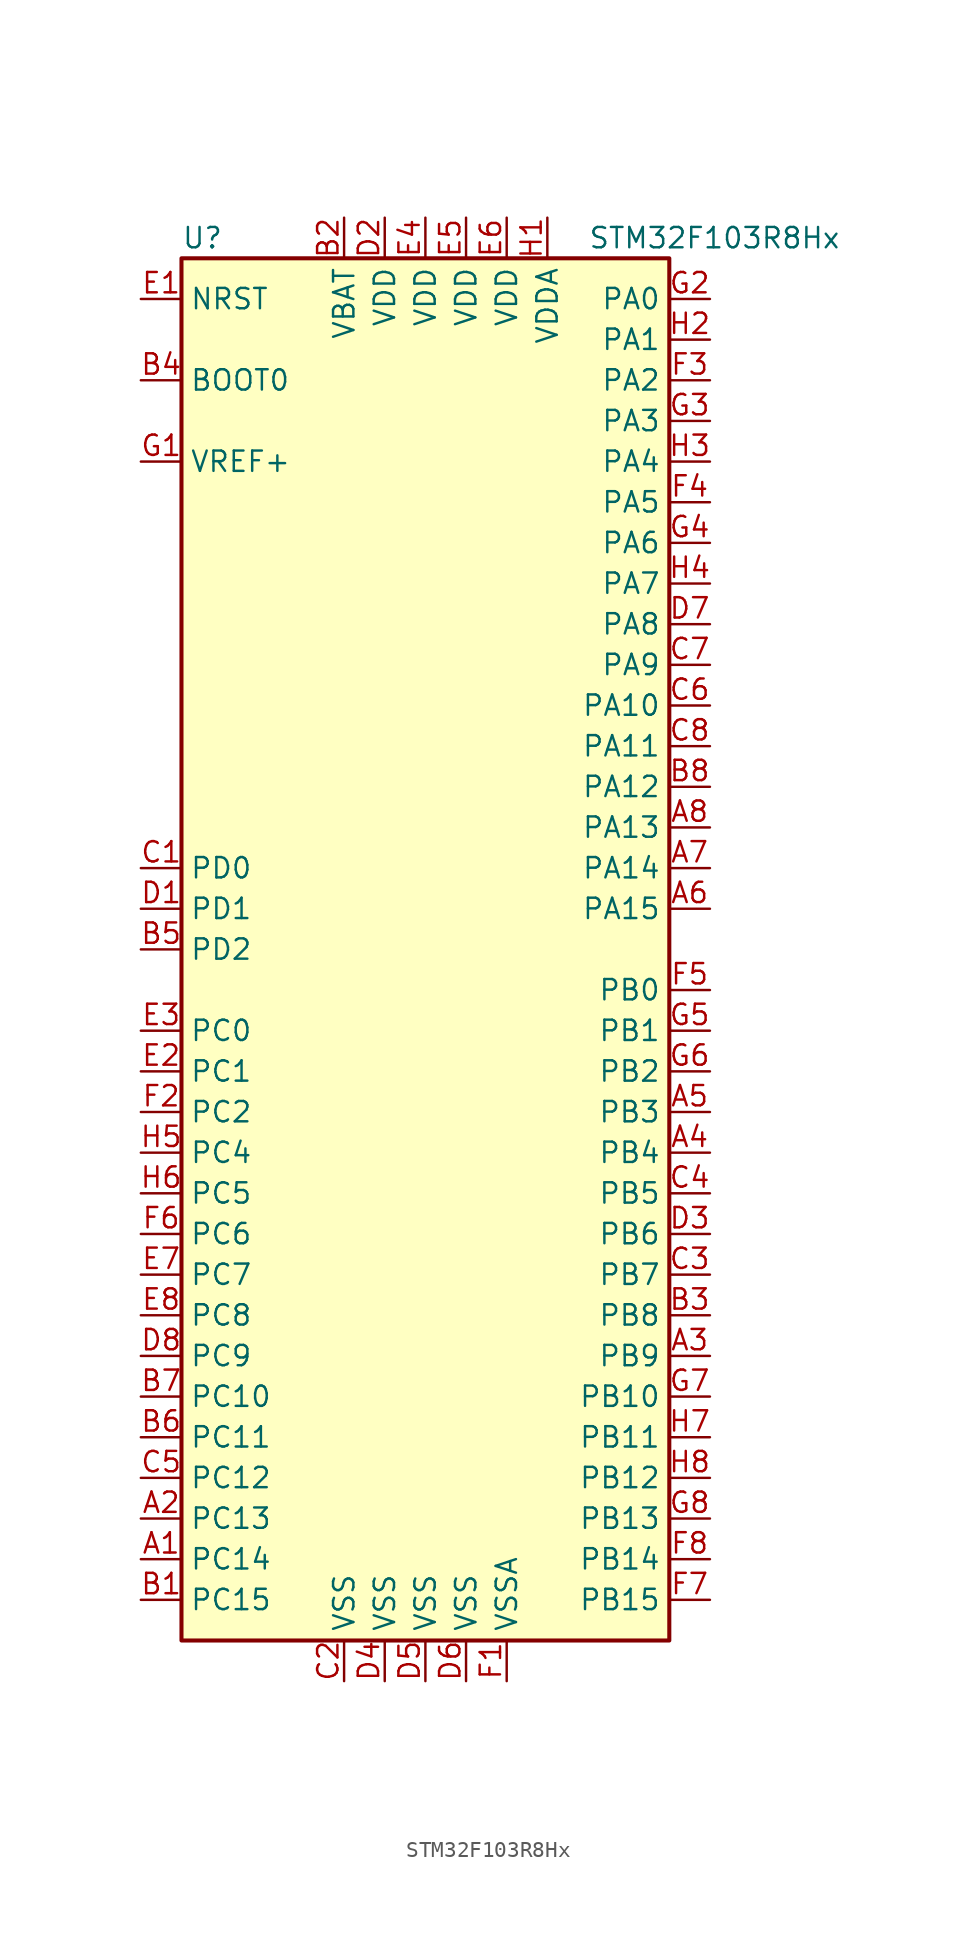
<source format=kicad_sym>
(kicad_symbol_lib
  (version 20201005)
  (generator kicad_symbol_editor)
  (symbol "MCU_ST_STM32F1:STM32F103R8Hx"
    (property "Reference" "U"
      (at -15.24 44.45 0)
      (effects (font (size 1.27 1.27)) (justify left)))
    (property "Value" "STM32F103R8Hx"
      (at 10.16 44.45 0)
      (effects (font (size 1.27 1.27)) (justify left)))
    (symbol "STM32F103R8Hx_0_1"
      (rectangle (start -15.24 -43.18) (end 15.24 43.18) (stroke (width 0.254)) (fill (type background))))
    (symbol "STM32F103R8Hx_1_1"
      (pin input line (at -17.78 35.56 0) (length 2.54) (name "BOOT0" (effects (font (size 1.27 1.27)))) (number "B4" (effects (font (size 1.27 1.27)))))
      (pin input line (at -17.78 40.64 0) (length 2.54) (name "NRST" (effects (font (size 1.27 1.27)))) (number "E1" (effects (font (size 1.27 1.27)))))
      (pin bidirectional line (at 17.78 40.64 180) (length 2.54) (name "PA0" (effects (font (size 1.27 1.27)))) (number "G2" (effects (font (size 1.27 1.27)))))
      (pin bidirectional line (at 17.78 38.1 180) (length 2.54) (name "PA1" (effects (font (size 1.27 1.27)))) (number "H2" (effects (font (size 1.27 1.27)))))
      (pin bidirectional line (at 17.78 15.24 180) (length 2.54) (name "PA10" (effects (font (size 1.27 1.27)))) (number "C6" (effects (font (size 1.27 1.27)))))
      (pin bidirectional line (at 17.78 12.7 180) (length 2.54) (name "PA11" (effects (font (size 1.27 1.27)))) (number "C8" (effects (font (size 1.27 1.27)))))
      (pin bidirectional line (at 17.78 10.16 180) (length 2.54) (name "PA12" (effects (font (size 1.27 1.27)))) (number "B8" (effects (font (size 1.27 1.27)))))
      (pin bidirectional line (at 17.78 7.62 180) (length 2.54) (name "PA13" (effects (font (size 1.27 1.27)))) (number "A8" (effects (font (size 1.27 1.27)))))
      (pin bidirectional line (at 17.78 5.08 180) (length 2.54) (name "PA14" (effects (font (size 1.27 1.27)))) (number "A7" (effects (font (size 1.27 1.27)))))
      (pin bidirectional line (at 17.78 2.54 180) (length 2.54) (name "PA15" (effects (font (size 1.27 1.27)))) (number "A6" (effects (font (size 1.27 1.27)))))
      (pin bidirectional line (at 17.78 35.56 180) (length 2.54) (name "PA2" (effects (font (size 1.27 1.27)))) (number "F3" (effects (font (size 1.27 1.27)))))
      (pin bidirectional line (at 17.78 33.02 180) (length 2.54) (name "PA3" (effects (font (size 1.27 1.27)))) (number "G3" (effects (font (size 1.27 1.27)))))
      (pin bidirectional line (at 17.78 30.48 180) (length 2.54) (name "PA4" (effects (font (size 1.27 1.27)))) (number "H3" (effects (font (size 1.27 1.27)))))
      (pin bidirectional line (at 17.78 27.94 180) (length 2.54) (name "PA5" (effects (font (size 1.27 1.27)))) (number "F4" (effects (font (size 1.27 1.27)))))
      (pin bidirectional line (at 17.78 25.4 180) (length 2.54) (name "PA6" (effects (font (size 1.27 1.27)))) (number "G4" (effects (font (size 1.27 1.27)))))
      (pin bidirectional line (at 17.78 22.86 180) (length 2.54) (name "PA7" (effects (font (size 1.27 1.27)))) (number "H4" (effects (font (size 1.27 1.27)))))
      (pin bidirectional line (at 17.78 20.32 180) (length 2.54) (name "PA8" (effects (font (size 1.27 1.27)))) (number "D7" (effects (font (size 1.27 1.27)))))
      (pin bidirectional line (at 17.78 17.78 180) (length 2.54) (name "PA9" (effects (font (size 1.27 1.27)))) (number "C7" (effects (font (size 1.27 1.27)))))
      (pin bidirectional line (at 17.78 -2.54 180) (length 2.54) (name "PB0" (effects (font (size 1.27 1.27)))) (number "F5" (effects (font (size 1.27 1.27)))))
      (pin bidirectional line (at 17.78 -5.08 180) (length 2.54) (name "PB1" (effects (font (size 1.27 1.27)))) (number "G5" (effects (font (size 1.27 1.27)))))
      (pin bidirectional line (at 17.78 -27.94 180) (length 2.54) (name "PB10" (effects (font (size 1.27 1.27)))) (number "G7" (effects (font (size 1.27 1.27)))))
      (pin bidirectional line (at 17.78 -30.48 180) (length 2.54) (name "PB11" (effects (font (size 1.27 1.27)))) (number "H7" (effects (font (size 1.27 1.27)))))
      (pin bidirectional line (at 17.78 -33.02 180) (length 2.54) (name "PB12" (effects (font (size 1.27 1.27)))) (number "H8" (effects (font (size 1.27 1.27)))))
      (pin bidirectional line (at 17.78 -35.56 180) (length 2.54) (name "PB13" (effects (font (size 1.27 1.27)))) (number "G8" (effects (font (size 1.27 1.27)))))
      (pin bidirectional line (at 17.78 -38.1 180) (length 2.54) (name "PB14" (effects (font (size 1.27 1.27)))) (number "F8" (effects (font (size 1.27 1.27)))))
      (pin bidirectional line (at 17.78 -40.64 180) (length 2.54) (name "PB15" (effects (font (size 1.27 1.27)))) (number "F7" (effects (font (size 1.27 1.27)))))
      (pin bidirectional line (at 17.78 -7.62 180) (length 2.54) (name "PB2" (effects (font (size 1.27 1.27)))) (number "G6" (effects (font (size 1.27 1.27)))))
      (pin bidirectional line (at 17.78 -10.16 180) (length 2.54) (name "PB3" (effects (font (size 1.27 1.27)))) (number "A5" (effects (font (size 1.27 1.27)))))
      (pin bidirectional line (at 17.78 -12.7 180) (length 2.54) (name "PB4" (effects (font (size 1.27 1.27)))) (number "A4" (effects (font (size 1.27 1.27)))))
      (pin bidirectional line (at 17.78 -15.24 180) (length 2.54) (name "PB5" (effects (font (size 1.27 1.27)))) (number "C4" (effects (font (size 1.27 1.27)))))
      (pin bidirectional line (at 17.78 -17.78 180) (length 2.54) (name "PB6" (effects (font (size 1.27 1.27)))) (number "D3" (effects (font (size 1.27 1.27)))))
      (pin bidirectional line (at 17.78 -20.32 180) (length 2.54) (name "PB7" (effects (font (size 1.27 1.27)))) (number "C3" (effects (font (size 1.27 1.27)))))
      (pin bidirectional line (at 17.78 -22.86 180) (length 2.54) (name "PB8" (effects (font (size 1.27 1.27)))) (number "B3" (effects (font (size 1.27 1.27)))))
      (pin bidirectional line (at 17.78 -25.4 180) (length 2.54) (name "PB9" (effects (font (size 1.27 1.27)))) (number "A3" (effects (font (size 1.27 1.27)))))
      (pin bidirectional line (at -17.78 -5.08 0) (length 2.54) (name "PC0" (effects (font (size 1.27 1.27)))) (number "E3" (effects (font (size 1.27 1.27)))))
      (pin bidirectional line (at -17.78 -7.62 0) (length 2.54) (name "PC1" (effects (font (size 1.27 1.27)))) (number "E2" (effects (font (size 1.27 1.27)))))
      (pin bidirectional line (at -17.78 -27.94 0) (length 2.54) (name "PC10" (effects (font (size 1.27 1.27)))) (number "B7" (effects (font (size 1.27 1.27)))))
      (pin bidirectional line (at -17.78 -30.48 0) (length 2.54) (name "PC11" (effects (font (size 1.27 1.27)))) (number "B6" (effects (font (size 1.27 1.27)))))
      (pin bidirectional line (at -17.78 -33.02 0) (length 2.54) (name "PC12" (effects (font (size 1.27 1.27)))) (number "C5" (effects (font (size 1.27 1.27)))))
      (pin bidirectional line (at -17.78 -35.56 0) (length 2.54) (name "PC13" (effects (font (size 1.27 1.27)))) (number "A2" (effects (font (size 1.27 1.27)))))
      (pin bidirectional line (at -17.78 -38.1 0) (length 2.54) (name "PC14" (effects (font (size 1.27 1.27)))) (number "A1" (effects (font (size 1.27 1.27)))))
      (pin bidirectional line (at -17.78 -40.64 0) (length 2.54) (name "PC15" (effects (font (size 1.27 1.27)))) (number "B1" (effects (font (size 1.27 1.27)))))
      (pin bidirectional line (at -17.78 -10.16 0) (length 2.54) (name "PC2" (effects (font (size 1.27 1.27)))) (number "F2" (effects (font (size 1.27 1.27)))))
      (pin bidirectional line (at -17.78 -12.7 0) (length 2.54) (name "PC4" (effects (font (size 1.27 1.27)))) (number "H5" (effects (font (size 1.27 1.27)))))
      (pin bidirectional line (at -17.78 -15.24 0) (length 2.54) (name "PC5" (effects (font (size 1.27 1.27)))) (number "H6" (effects (font (size 1.27 1.27)))))
      (pin bidirectional line (at -17.78 -17.78 0) (length 2.54) (name "PC6" (effects (font (size 1.27 1.27)))) (number "F6" (effects (font (size 1.27 1.27)))))
      (pin bidirectional line (at -17.78 -20.32 0) (length 2.54) (name "PC7" (effects (font (size 1.27 1.27)))) (number "E7" (effects (font (size 1.27 1.27)))))
      (pin bidirectional line (at -17.78 -22.86 0) (length 2.54) (name "PC8" (effects (font (size 1.27 1.27)))) (number "E8" (effects (font (size 1.27 1.27)))))
      (pin bidirectional line (at -17.78 -25.4 0) (length 2.54) (name "PC9" (effects (font (size 1.27 1.27)))) (number "D8" (effects (font (size 1.27 1.27)))))
      (pin input line (at -17.78 5.08 0) (length 2.54) (name "PD0" (effects (font (size 1.27 1.27)))) (number "C1" (effects (font (size 1.27 1.27)))))
      (pin input line (at -17.78 2.54 0) (length 2.54) (name "PD1" (effects (font (size 1.27 1.27)))) (number "D1" (effects (font (size 1.27 1.27)))))
      (pin bidirectional line (at -17.78 0 0) (length 2.54) (name "PD2" (effects (font (size 1.27 1.27)))) (number "B5" (effects (font (size 1.27 1.27)))))
      (pin power_in line (at -5.08 45.72 270) (length 2.54) (name "VBAT" (effects (font (size 1.27 1.27)))) (number "B2" (effects (font (size 1.27 1.27)))))
      (pin power_in line (at -2.54 45.72 270) (length 2.54) (name "VDD" (effects (font (size 1.27 1.27)))) (number "D2" (effects (font (size 1.27 1.27)))))
      (pin power_in line (at 0 45.72 270) (length 2.54) (name "VDD" (effects (font (size 1.27 1.27)))) (number "E4" (effects (font (size 1.27 1.27)))))
      (pin power_in line (at 2.54 45.72 270) (length 2.54) (name "VDD" (effects (font (size 1.27 1.27)))) (number "E5" (effects (font (size 1.27 1.27)))))
      (pin power_in line (at 5.08 45.72 270) (length 2.54) (name "VDD" (effects (font (size 1.27 1.27)))) (number "E6" (effects (font (size 1.27 1.27)))))
      (pin power_in line (at 7.62 45.72 270) (length 2.54) (name "VDDA" (effects (font (size 1.27 1.27)))) (number "H1" (effects (font (size 1.27 1.27)))))
      (pin power_in line (at -17.78 30.48 0) (length 2.54) (name "VREF+" (effects (font (size 1.27 1.27)))) (number "G1" (effects (font (size 1.27 1.27)))))
      (pin power_in line (at -5.08 -45.72 90) (length 2.54) (name "VSS" (effects (font (size 1.27 1.27)))) (number "C2" (effects (font (size 1.27 1.27)))))
      (pin power_in line (at -2.54 -45.72 90) (length 2.54) (name "VSS" (effects (font (size 1.27 1.27)))) (number "D4" (effects (font (size 1.27 1.27)))))
      (pin power_in line (at 0 -45.72 90) (length 2.54) (name "VSS" (effects (font (size 1.27 1.27)))) (number "D5" (effects (font (size 1.27 1.27)))))
      (pin power_in line (at 2.54 -45.72 90) (length 2.54) (name "VSS" (effects (font (size 1.27 1.27)))) (number "D6" (effects (font (size 1.27 1.27)))))
      (pin power_in line (at 5.08 -45.72 90) (length 2.54) (name "VSSA" (effects (font (size 1.27 1.27)))) (number "F1" (effects (font (size 1.27 1.27))))))))
</source>
